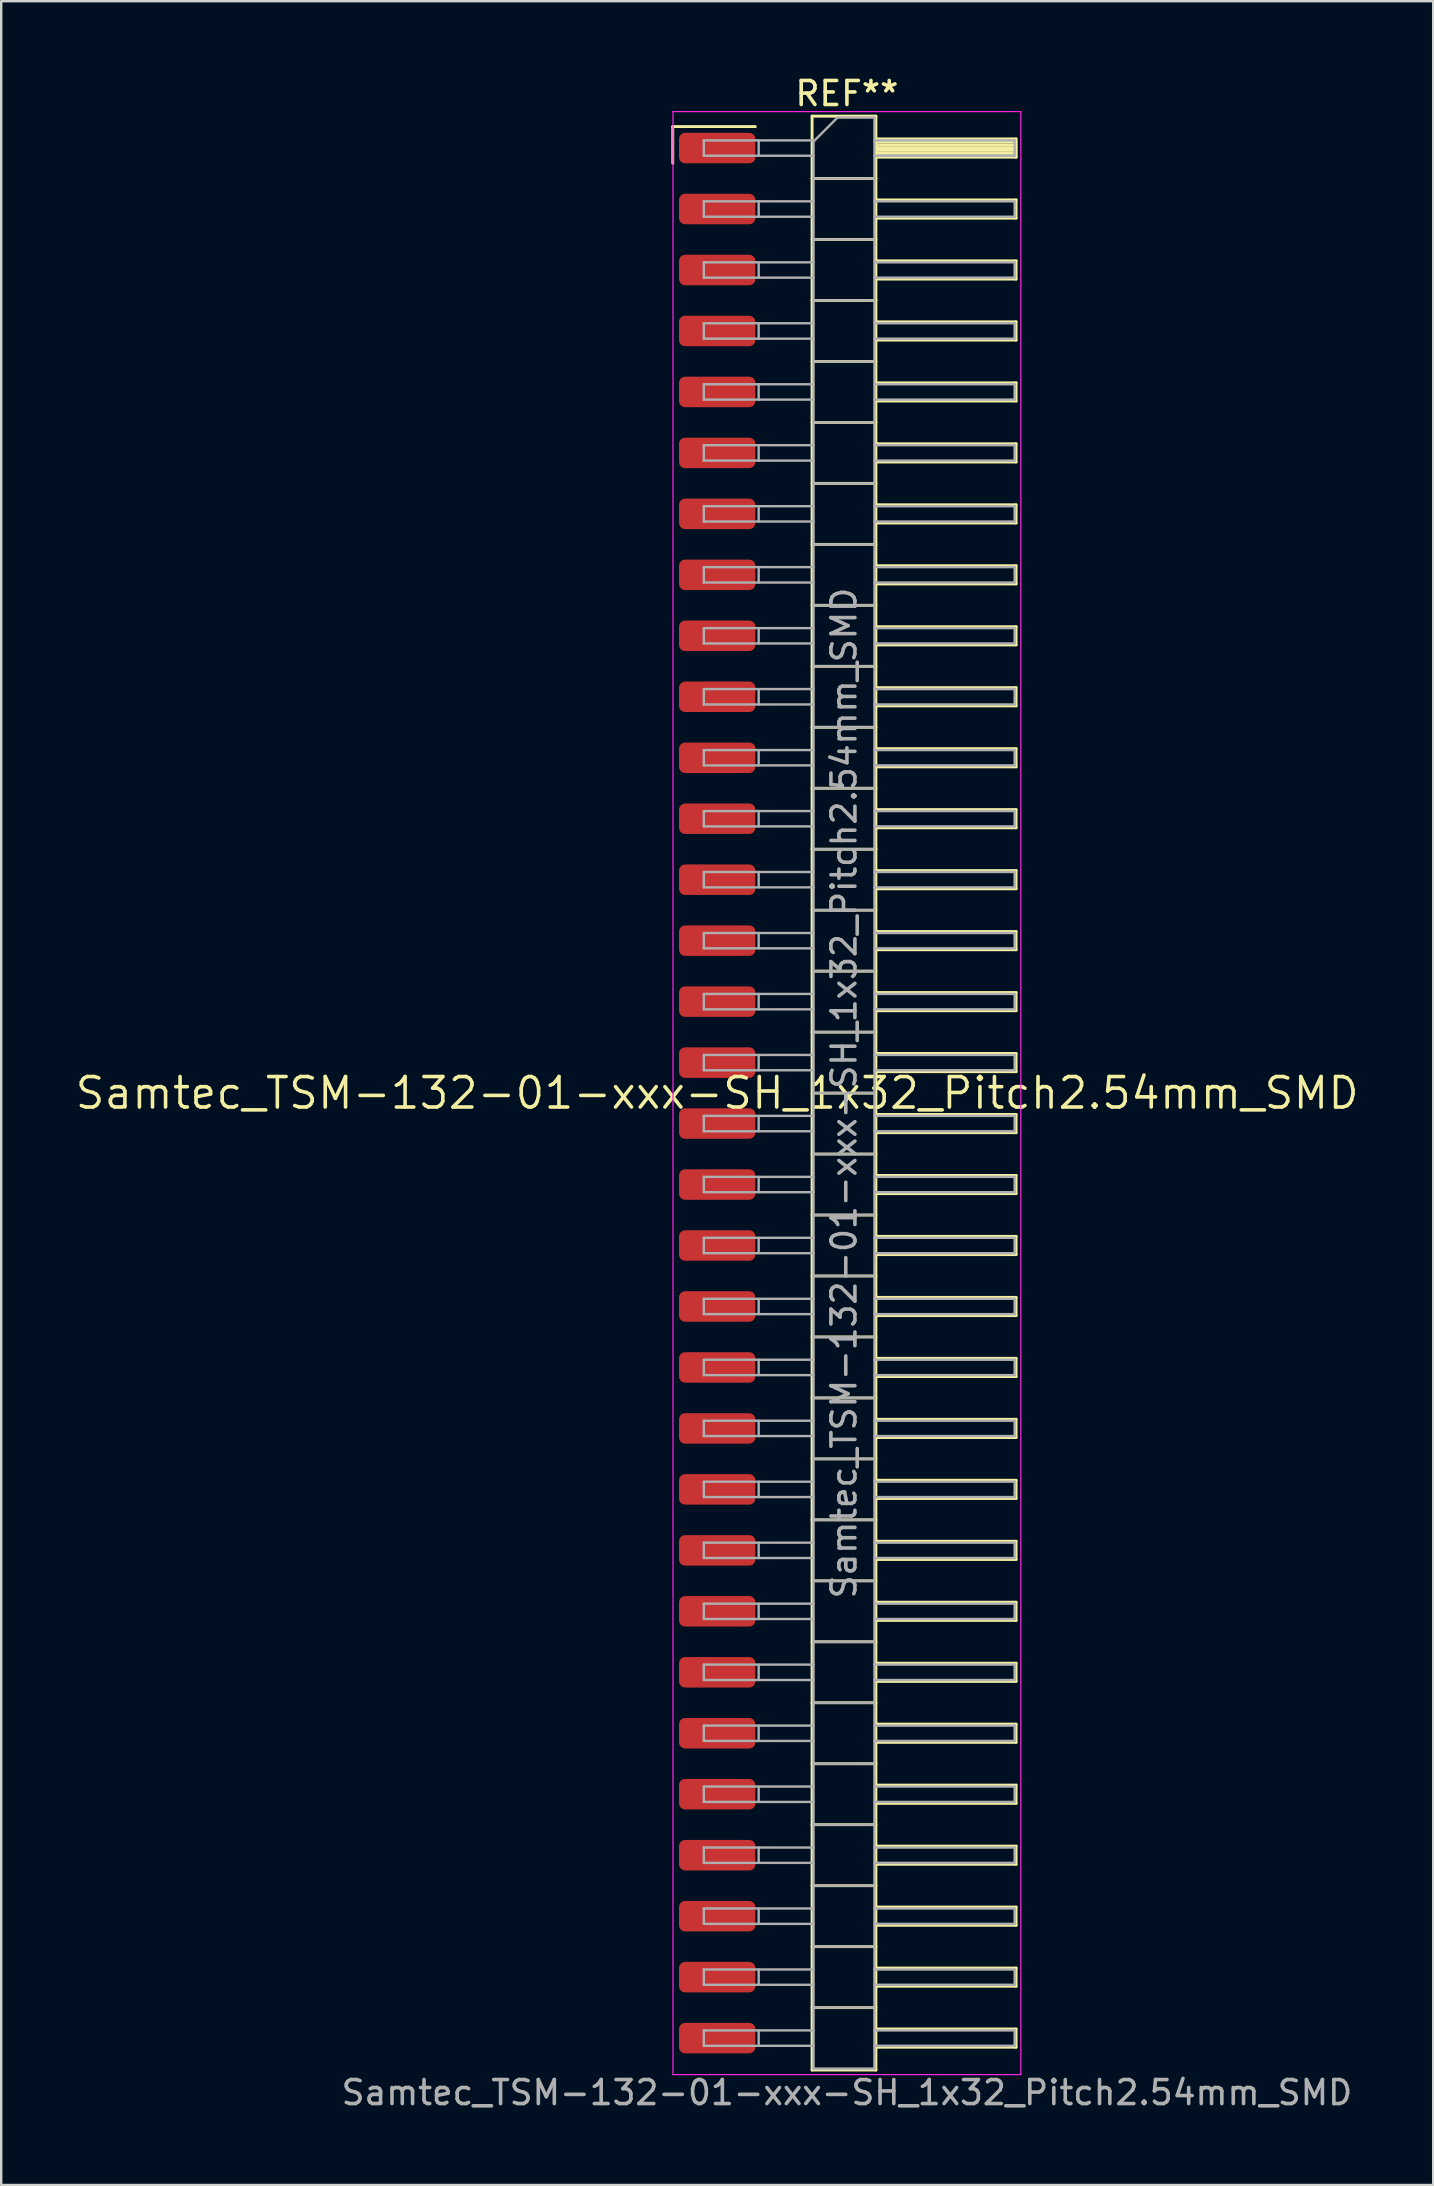
<source format=kicad_pcb>
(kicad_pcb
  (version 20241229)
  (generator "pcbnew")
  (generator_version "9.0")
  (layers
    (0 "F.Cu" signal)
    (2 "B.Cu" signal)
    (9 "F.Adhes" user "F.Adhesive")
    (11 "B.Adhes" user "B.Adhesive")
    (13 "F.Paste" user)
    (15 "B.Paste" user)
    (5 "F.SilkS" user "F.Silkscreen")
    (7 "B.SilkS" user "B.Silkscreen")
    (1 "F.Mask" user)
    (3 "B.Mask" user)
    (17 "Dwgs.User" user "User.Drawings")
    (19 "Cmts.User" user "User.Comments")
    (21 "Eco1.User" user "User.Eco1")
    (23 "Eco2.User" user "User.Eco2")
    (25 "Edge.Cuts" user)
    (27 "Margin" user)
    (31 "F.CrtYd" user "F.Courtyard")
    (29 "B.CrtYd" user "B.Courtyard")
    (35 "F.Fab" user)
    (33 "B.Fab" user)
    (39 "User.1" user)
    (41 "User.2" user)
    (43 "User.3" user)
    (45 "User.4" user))
  (footprint "Samtec_TSM-132-01-xxx-SH_1x32_Pitch2.54mm_SMD"
    (layer "F.Cu")
    (at 26.828 42.488)
    (property "Reference" "Samtec_TSM-132-01-xxx-SH_1x32_Pitch2.54mm_SMD" (at 0 0 0) (layer "F.SilkS") (effects (font (size 1.27 1.27) (thickness 0.15))))
    (attr smd)
    (fp_line (start -1.85 -40.265) (end 1.59 -40.265) (stroke (width 0.12) (type solid)) (layer "F.SilkS"))
    (fp_line (start -1.85 -38.735) (end -1.85 -40.265) (stroke (width 0.12) (type solid)) (layer "F.SilkS"))
    (fp_line (start 3.953 -40.7) (end 6.613 -40.7) (stroke (width 0.12) (type solid)) (layer "F.SilkS"))
    (fp_line (start 3.953 -38.1) (end 6.613 -38.1) (stroke (width 0.12) (type solid)) (layer "F.SilkS"))
    (fp_line (start 3.953 -35.56) (end 6.613 -35.56) (stroke (width 0.12) (type solid)) (layer "F.SilkS"))
    (fp_line (start 3.953 -33.02) (end 6.613 -33.02) (stroke (width 0.12) (type solid)) (layer "F.SilkS"))
    (fp_line (start 3.953 -30.48) (end 6.613 -30.48) (stroke (width 0.12) (type solid)) (layer "F.SilkS"))
    (fp_line (start 3.953 -27.94) (end 6.613 -27.94) (stroke (width 0.12) (type solid)) (layer "F.SilkS"))
    (fp_line (start 3.953 -25.4) (end 6.613 -25.4) (stroke (width 0.12) (type solid)) (layer "F.SilkS"))
    (fp_line (start 3.953 -22.86) (end 6.613 -22.86) (stroke (width 0.12) (type solid)) (layer "F.SilkS"))
    (fp_line (start 3.953 -20.32) (end 6.613 -20.32) (stroke (width 0.12) (type solid)) (layer "F.SilkS"))
    (fp_line (start 3.953 -17.78) (end 6.613 -17.78) (stroke (width 0.12) (type solid)) (layer "F.SilkS"))
    (fp_line (start 3.953 -15.24) (end 6.613 -15.24) (stroke (width 0.12) (type solid)) (layer "F.SilkS"))
    (fp_line (start 3.953 -12.7) (end 6.613 -12.7) (stroke (width 0.12) (type solid)) (layer "F.SilkS"))
    (fp_line (start 3.953 -10.16) (end 6.613 -10.16) (stroke (width 0.12) (type solid)) (layer "F.SilkS"))
    (fp_line (start 3.953 -7.62) (end 6.613 -7.62) (stroke (width 0.12) (type solid)) (layer "F.SilkS"))
    (fp_line (start 3.953 -5.08) (end 6.613 -5.08) (stroke (width 0.12) (type solid)) (layer "F.SilkS"))
    (fp_line (start 3.953 -2.54) (end 6.613 -2.54) (stroke (width 0.12) (type solid)) (layer "F.SilkS"))
    (fp_line (start 3.953 0) (end 6.613 0) (stroke (width 0.12) (type solid)) (layer "F.SilkS"))
    (fp_line (start 3.953 2.54) (end 6.613 2.54) (stroke (width 0.12) (type solid)) (layer "F.SilkS"))
    (fp_line (start 3.953 5.08) (end 6.613 5.08) (stroke (width 0.12) (type solid)) (layer "F.SilkS"))
    (fp_line (start 3.953 7.62) (end 6.613 7.62) (stroke (width 0.12) (type solid)) (layer "F.SilkS"))
    (fp_line (start 3.953 10.16) (end 6.613 10.16) (stroke (width 0.12) (type solid)) (layer "F.SilkS"))
    (fp_line (start 3.953 12.7) (end 6.613 12.7) (stroke (width 0.12) (type solid)) (layer "F.SilkS"))
    (fp_line (start 3.953 15.24) (end 6.613 15.24) (stroke (width 0.12) (type solid)) (layer "F.SilkS"))
    (fp_line (start 3.953 17.78) (end 6.613 17.78) (stroke (width 0.12) (type solid)) (layer "F.SilkS"))
    (fp_line (start 3.953 20.32) (end 6.613 20.32) (stroke (width 0.12) (type solid)) (layer "F.SilkS"))
    (fp_line (start 3.953 22.86) (end 6.613 22.86) (stroke (width 0.12) (type solid)) (layer "F.SilkS"))
    (fp_line (start 3.953 25.4) (end 6.613 25.4) (stroke (width 0.12) (type solid)) (layer "F.SilkS"))
    (fp_line (start 3.953 27.94) (end 6.613 27.94) (stroke (width 0.12) (type solid)) (layer "F.SilkS"))
    (fp_line (start 3.953 30.48) (end 6.613 30.48) (stroke (width 0.12) (type solid)) (layer "F.SilkS"))
    (fp_line (start 3.953 33.02) (end 6.613 33.02) (stroke (width 0.12) (type solid)) (layer "F.SilkS"))
    (fp_line (start 3.953 35.56) (end 6.613 35.56) (stroke (width 0.12) (type solid)) (layer "F.SilkS"))
    (fp_line (start 3.953 38.1) (end 6.613 38.1) (stroke (width 0.12) (type solid)) (layer "F.SilkS"))
    (fp_line (start 3.953 40.7) (end 3.953 -40.7) (stroke (width 0.12) (type solid)) (layer "F.SilkS"))
    (fp_line (start 6.613 -40.7) (end 6.613 40.7) (stroke (width 0.12) (type solid)) (layer "F.SilkS"))
    (fp_line (start 6.613 -39.75) (end 12.453 -39.75) (stroke (width 0.12) (type solid)) (layer "F.SilkS"))
    (fp_line (start 6.613 -39.63) (end 12.453 -39.63) (stroke (width 0.12) (type solid)) (layer "F.SilkS"))
    (fp_line (start 6.613 -39.51) (end 12.453 -39.51) (stroke (width 0.12) (type solid)) (layer "F.SilkS"))
    (fp_line (start 6.613 -39.39) (end 12.453 -39.39) (stroke (width 0.12) (type solid)) (layer "F.SilkS"))
    (fp_line (start 6.613 -39.27) (end 12.453 -39.27) (stroke (width 0.12) (type solid)) (layer "F.SilkS"))
    (fp_line (start 6.613 -39.15) (end 12.453 -39.15) (stroke (width 0.12) (type solid)) (layer "F.SilkS"))
    (fp_line (start 6.613 -39.03) (end 12.453 -39.03) (stroke (width 0.12) (type solid)) (layer "F.SilkS"))
    (fp_line (start 6.613 -38.99) (end 12.453 -38.99) (stroke (width 0.12) (type solid)) (layer "F.SilkS"))
    (fp_line (start 6.613 -37.21) (end 12.453 -37.21) (stroke (width 0.12) (type solid)) (layer "F.SilkS"))
    (fp_line (start 6.613 -36.45) (end 12.453 -36.45) (stroke (width 0.12) (type solid)) (layer "F.SilkS"))
    (fp_line (start 6.613 -34.67) (end 12.453 -34.67) (stroke (width 0.12) (type solid)) (layer "F.SilkS"))
    (fp_line (start 6.613 -33.91) (end 12.453 -33.91) (stroke (width 0.12) (type solid)) (layer "F.SilkS"))
    (fp_line (start 6.613 -32.13) (end 12.453 -32.13) (stroke (width 0.12) (type solid)) (layer "F.SilkS"))
    (fp_line (start 6.613 -31.37) (end 12.453 -31.37) (stroke (width 0.12) (type solid)) (layer "F.SilkS"))
    (fp_line (start 6.613 -29.59) (end 12.453 -29.59) (stroke (width 0.12) (type solid)) (layer "F.SilkS"))
    (fp_line (start 6.613 -28.83) (end 12.453 -28.83) (stroke (width 0.12) (type solid)) (layer "F.SilkS"))
    (fp_line (start 6.613 -27.05) (end 12.453 -27.05) (stroke (width 0.12) (type solid)) (layer "F.SilkS"))
    (fp_line (start 6.613 -26.29) (end 12.453 -26.29) (stroke (width 0.12) (type solid)) (layer "F.SilkS"))
    (fp_line (start 6.613 -24.51) (end 12.453 -24.51) (stroke (width 0.12) (type solid)) (layer "F.SilkS"))
    (fp_line (start 6.613 -23.75) (end 12.453 -23.75) (stroke (width 0.12) (type solid)) (layer "F.SilkS"))
    (fp_line (start 6.613 -21.97) (end 12.453 -21.97) (stroke (width 0.12) (type solid)) (layer "F.SilkS"))
    (fp_line (start 6.613 -21.21) (end 12.453 -21.21) (stroke (width 0.12) (type solid)) (layer "F.SilkS"))
    (fp_line (start 6.613 -19.43) (end 12.453 -19.43) (stroke (width 0.12) (type solid)) (layer "F.SilkS"))
    (fp_line (start 6.613 -18.67) (end 12.453 -18.67) (stroke (width 0.12) (type solid)) (layer "F.SilkS"))
    (fp_line (start 6.613 -16.89) (end 12.453 -16.89) (stroke (width 0.12) (type solid)) (layer "F.SilkS"))
    (fp_line (start 6.613 -16.13) (end 12.453 -16.13) (stroke (width 0.12) (type solid)) (layer "F.SilkS"))
    (fp_line (start 6.613 -14.35) (end 12.453 -14.35) (stroke (width 0.12) (type solid)) (layer "F.SilkS"))
    (fp_line (start 6.613 -13.59) (end 12.453 -13.59) (stroke (width 0.12) (type solid)) (layer "F.SilkS"))
    (fp_line (start 6.613 -11.81) (end 12.453 -11.81) (stroke (width 0.12) (type solid)) (layer "F.SilkS"))
    (fp_line (start 6.613 -11.05) (end 12.453 -11.05) (stroke (width 0.12) (type solid)) (layer "F.SilkS"))
    (fp_line (start 6.613 -9.27) (end 12.453 -9.27) (stroke (width 0.12) (type solid)) (layer "F.SilkS"))
    (fp_line (start 6.613 -8.51) (end 12.453 -8.51) (stroke (width 0.12) (type solid)) (layer "F.SilkS"))
    (fp_line (start 6.613 -6.73) (end 12.453 -6.73) (stroke (width 0.12) (type solid)) (layer "F.SilkS"))
    (fp_line (start 6.613 -5.97) (end 12.453 -5.97) (stroke (width 0.12) (type solid)) (layer "F.SilkS"))
    (fp_line (start 6.613 -4.19) (end 12.453 -4.19) (stroke (width 0.12) (type solid)) (layer "F.SilkS"))
    (fp_line (start 6.613 -3.43) (end 12.453 -3.43) (stroke (width 0.12) (type solid)) (layer "F.SilkS"))
    (fp_line (start 6.613 -1.65) (end 12.453 -1.65) (stroke (width 0.12) (type solid)) (layer "F.SilkS"))
    (fp_line (start 6.613 -0.89) (end 12.453 -0.89) (stroke (width 0.12) (type solid)) (layer "F.SilkS"))
    (fp_line (start 6.613 0.89) (end 12.453 0.89) (stroke (width 0.12) (type solid)) (layer "F.SilkS"))
    (fp_line (start 6.613 1.65) (end 12.453 1.65) (stroke (width 0.12) (type solid)) (layer "F.SilkS"))
    (fp_line (start 6.613 3.43) (end 12.453 3.43) (stroke (width 0.12) (type solid)) (layer "F.SilkS"))
    (fp_line (start 6.613 4.19) (end 12.453 4.19) (stroke (width 0.12) (type solid)) (layer "F.SilkS"))
    (fp_line (start 6.613 5.97) (end 12.453 5.97) (stroke (width 0.12) (type solid)) (layer "F.SilkS"))
    (fp_line (start 6.613 6.73) (end 12.453 6.73) (stroke (width 0.12) (type solid)) (layer "F.SilkS"))
    (fp_line (start 6.613 8.51) (end 12.453 8.51) (stroke (width 0.12) (type solid)) (layer "F.SilkS"))
    (fp_line (start 6.613 9.27) (end 12.453 9.27) (stroke (width 0.12) (type solid)) (layer "F.SilkS"))
    (fp_line (start 6.613 11.05) (end 12.453 11.05) (stroke (width 0.12) (type solid)) (layer "F.SilkS"))
    (fp_line (start 6.613 11.81) (end 12.453 11.81) (stroke (width 0.12) (type solid)) (layer "F.SilkS"))
    (fp_line (start 6.613 13.59) (end 12.453 13.59) (stroke (width 0.12) (type solid)) (layer "F.SilkS"))
    (fp_line (start 6.613 14.35) (end 12.453 14.35) (stroke (width 0.12) (type solid)) (layer "F.SilkS"))
    (fp_line (start 6.613 16.13) (end 12.453 16.13) (stroke (width 0.12) (type solid)) (layer "F.SilkS"))
    (fp_line (start 6.613 16.89) (end 12.453 16.89) (stroke (width 0.12) (type solid)) (layer "F.SilkS"))
    (fp_line (start 6.613 18.67) (end 12.453 18.67) (stroke (width 0.12) (type solid)) (layer "F.SilkS"))
    (fp_line (start 6.613 19.43) (end 12.453 19.43) (stroke (width 0.12) (type solid)) (layer "F.SilkS"))
    (fp_line (start 6.613 21.21) (end 12.453 21.21) (stroke (width 0.12) (type solid)) (layer "F.SilkS"))
    (fp_line (start 6.613 21.97) (end 12.453 21.97) (stroke (width 0.12) (type solid)) (layer "F.SilkS"))
    (fp_line (start 6.613 23.75) (end 12.453 23.75) (stroke (width 0.12) (type solid)) (layer "F.SilkS"))
    (fp_line (start 6.613 24.51) (end 12.453 24.51) (stroke (width 0.12) (type solid)) (layer "F.SilkS"))
    (fp_line (start 6.613 26.29) (end 12.453 26.29) (stroke (width 0.12) (type solid)) (layer "F.SilkS"))
    (fp_line (start 6.613 27.05) (end 12.453 27.05) (stroke (width 0.12) (type solid)) (layer "F.SilkS"))
    (fp_line (start 6.613 28.83) (end 12.453 28.83) (stroke (width 0.12) (type solid)) (layer "F.SilkS"))
    (fp_line (start 6.613 29.59) (end 12.453 29.59) (stroke (width 0.12) (type solid)) (layer "F.SilkS"))
    (fp_line (start 6.613 31.37) (end 12.453 31.37) (stroke (width 0.12) (type solid)) (layer "F.SilkS"))
    (fp_line (start 6.613 32.13) (end 12.453 32.13) (stroke (width 0.12) (type solid)) (layer "F.SilkS"))
    (fp_line (start 6.613 33.91) (end 12.453 33.91) (stroke (width 0.12) (type solid)) (layer "F.SilkS"))
    (fp_line (start 6.613 34.67) (end 12.453 34.67) (stroke (width 0.12) (type solid)) (layer "F.SilkS"))
    (fp_line (start 6.613 36.45) (end 12.453 36.45) (stroke (width 0.12) (type solid)) (layer "F.SilkS"))
    (fp_line (start 6.613 37.21) (end 12.453 37.21) (stroke (width 0.12) (type solid)) (layer "F.SilkS"))
    (fp_line (start 6.613 38.99) (end 12.453 38.99) (stroke (width 0.12) (type solid)) (layer "F.SilkS"))
    (fp_line (start 6.613 39.75) (end 12.453 39.75) (stroke (width 0.12) (type solid)) (layer "F.SilkS"))
    (fp_line (start 6.613 40.7) (end 3.953 40.7) (stroke (width 0.12) (type solid)) (layer "F.SilkS"))
    (fp_line (start 12.453 -39.75) (end 12.453 -38.99) (stroke (width 0.12) (type solid)) (layer "F.SilkS"))
    (fp_line (start 12.453 -37.21) (end 12.453 -36.45) (stroke (width 0.12) (type solid)) (layer "F.SilkS"))
    (fp_line (start 12.453 -34.67) (end 12.453 -33.91) (stroke (width 0.12) (type solid)) (layer "F.SilkS"))
    (fp_line (start 12.453 -32.13) (end 12.453 -31.37) (stroke (width 0.12) (type solid)) (layer "F.SilkS"))
    (fp_line (start 12.453 -29.59) (end 12.453 -28.83) (stroke (width 0.12) (type solid)) (layer "F.SilkS"))
    (fp_line (start 12.453 -27.05) (end 12.453 -26.29) (stroke (width 0.12) (type solid)) (layer "F.SilkS"))
    (fp_line (start 12.453 -24.51) (end 12.453 -23.75) (stroke (width 0.12) (type solid)) (layer "F.SilkS"))
    (fp_line (start 12.453 -21.97) (end 12.453 -21.21) (stroke (width 0.12) (type solid)) (layer "F.SilkS"))
    (fp_line (start 12.453 -19.43) (end 12.453 -18.67) (stroke (width 0.12) (type solid)) (layer "F.SilkS"))
    (fp_line (start 12.453 -16.89) (end 12.453 -16.13) (stroke (width 0.12) (type solid)) (layer "F.SilkS"))
    (fp_line (start 12.453 -14.35) (end 12.453 -13.59) (stroke (width 0.12) (type solid)) (layer "F.SilkS"))
    (fp_line (start 12.453 -11.81) (end 12.453 -11.05) (stroke (width 0.12) (type solid)) (layer "F.SilkS"))
    (fp_line (start 12.453 -9.27) (end 12.453 -8.51) (stroke (width 0.12) (type solid)) (layer "F.SilkS"))
    (fp_line (start 12.453 -6.73) (end 12.453 -5.97) (stroke (width 0.12) (type solid)) (layer "F.SilkS"))
    (fp_line (start 12.453 -4.19) (end 12.453 -3.43) (stroke (width 0.12) (type solid)) (layer "F.SilkS"))
    (fp_line (start 12.453 -1.65) (end 12.453 -0.89) (stroke (width 0.12) (type solid)) (layer "F.SilkS"))
    (fp_line (start 12.453 0.89) (end 12.453 1.65) (stroke (width 0.12) (type solid)) (layer "F.SilkS"))
    (fp_line (start 12.453 3.43) (end 12.453 4.19) (stroke (width 0.12) (type solid)) (layer "F.SilkS"))
    (fp_line (start 12.453 5.97) (end 12.453 6.73) (stroke (width 0.12) (type solid)) (layer "F.SilkS"))
    (fp_line (start 12.453 8.51) (end 12.453 9.27) (stroke (width 0.12) (type solid)) (layer "F.SilkS"))
    (fp_line (start 12.453 11.05) (end 12.453 11.81) (stroke (width 0.12) (type solid)) (layer "F.SilkS"))
    (fp_line (start 12.453 13.59) (end 12.453 14.35) (stroke (width 0.12) (type solid)) (layer "F.SilkS"))
    (fp_line (start 12.453 16.13) (end 12.453 16.89) (stroke (width 0.12) (type solid)) (layer "F.SilkS"))
    (fp_line (start 12.453 18.67) (end 12.453 19.43) (stroke (width 0.12) (type solid)) (layer "F.SilkS"))
    (fp_line (start 12.453 21.21) (end 12.453 21.97) (stroke (width 0.12) (type solid)) (layer "F.SilkS"))
    (fp_line (start 12.453 23.75) (end 12.453 24.51) (stroke (width 0.12) (type solid)) (layer "F.SilkS"))
    (fp_line (start 12.453 26.29) (end 12.453 27.05) (stroke (width 0.12) (type solid)) (layer "F.SilkS"))
    (fp_line (start 12.453 28.83) (end 12.453 29.59) (stroke (width 0.12) (type solid)) (layer "F.SilkS"))
    (fp_line (start 12.453 31.37) (end 12.453 32.13) (stroke (width 0.12) (type solid)) (layer "F.SilkS"))
    (fp_line (start 12.453 33.91) (end 12.453 34.67) (stroke (width 0.12) (type solid)) (layer "F.SilkS"))
    (fp_line (start 12.453 36.45) (end 12.453 37.21) (stroke (width 0.12) (type solid)) (layer "F.SilkS"))
    (fp_line (start 12.453 38.99) (end 12.453 39.75) (stroke (width 0.12) (type solid)) (layer "F.SilkS"))
    (fp_line (start -1.84 -40.89) (end 12.65 -40.89) (stroke (width 0.05) (type solid)) (layer "F.CrtYd"))
    (fp_line (start -1.84 40.89) (end -1.84 -40.89) (stroke (width 0.05) (type solid)) (layer "F.CrtYd"))
    (fp_line (start 12.65 -40.89) (end 12.65 40.89) (stroke (width 0.05) (type solid)) (layer "F.CrtYd"))
    (fp_line (start 12.65 40.89) (end -1.84 40.89) (stroke (width 0.05) (type solid)) (layer "F.CrtYd"))
    (fp_line (start -0.557 -39.69) (end -0.557 -39.05) (stroke (width 0.1) (type solid)) (layer "F.Fab"))
    (fp_line (start -0.557 -39.69) (end 4.013 -39.69) (stroke (width 0.1) (type solid)) (layer "F.Fab"))
    (fp_line (start -0.557 -39.05) (end 4.013 -39.05) (stroke (width 0.1) (type solid)) (layer "F.Fab"))
    (fp_line (start -0.557 -37.15) (end -0.557 -36.51) (stroke (width 0.1) (type solid)) (layer "F.Fab"))
    (fp_line (start -0.557 -37.15) (end 4.013 -37.15) (stroke (width 0.1) (type solid)) (layer "F.Fab"))
    (fp_line (start -0.557 -36.51) (end 4.013 -36.51) (stroke (width 0.1) (type solid)) (layer "F.Fab"))
    (fp_line (start -0.557 -34.61) (end -0.557 -33.97) (stroke (width 0.1) (type solid)) (layer "F.Fab"))
    (fp_line (start -0.557 -34.61) (end 4.013 -34.61) (stroke (width 0.1) (type solid)) (layer "F.Fab"))
    (fp_line (start -0.557 -33.97) (end 4.013 -33.97) (stroke (width 0.1) (type solid)) (layer "F.Fab"))
    (fp_line (start -0.557 -32.07) (end -0.557 -31.43) (stroke (width 0.1) (type solid)) (layer "F.Fab"))
    (fp_line (start -0.557 -32.07) (end 4.013 -32.07) (stroke (width 0.1) (type solid)) (layer "F.Fab"))
    (fp_line (start -0.557 -31.43) (end 4.013 -31.43) (stroke (width 0.1) (type solid)) (layer "F.Fab"))
    (fp_line (start -0.557 -29.53) (end -0.557 -28.89) (stroke (width 0.1) (type solid)) (layer "F.Fab"))
    (fp_line (start -0.557 -29.53) (end 4.013 -29.53) (stroke (width 0.1) (type solid)) (layer "F.Fab"))
    (fp_line (start -0.557 -28.89) (end 4.013 -28.89) (stroke (width 0.1) (type solid)) (layer "F.Fab"))
    (fp_line (start -0.557 -26.99) (end -0.557 -26.35) (stroke (width 0.1) (type solid)) (layer "F.Fab"))
    (fp_line (start -0.557 -26.99) (end 4.013 -26.99) (stroke (width 0.1) (type solid)) (layer "F.Fab"))
    (fp_line (start -0.557 -26.35) (end 4.013 -26.35) (stroke (width 0.1) (type solid)) (layer "F.Fab"))
    (fp_line (start -0.557 -24.45) (end -0.557 -23.81) (stroke (width 0.1) (type solid)) (layer "F.Fab"))
    (fp_line (start -0.557 -24.45) (end 4.013 -24.45) (stroke (width 0.1) (type solid)) (layer "F.Fab"))
    (fp_line (start -0.557 -23.81) (end 4.013 -23.81) (stroke (width 0.1) (type solid)) (layer "F.Fab"))
    (fp_line (start -0.557 -21.91) (end -0.557 -21.27) (stroke (width 0.1) (type solid)) (layer "F.Fab"))
    (fp_line (start -0.557 -21.91) (end 4.013 -21.91) (stroke (width 0.1) (type solid)) (layer "F.Fab"))
    (fp_line (start -0.557 -21.27) (end 4.013 -21.27) (stroke (width 0.1) (type solid)) (layer "F.Fab"))
    (fp_line (start -0.557 -19.37) (end -0.557 -18.73) (stroke (width 0.1) (type solid)) (layer "F.Fab"))
    (fp_line (start -0.557 -19.37) (end 4.013 -19.37) (stroke (width 0.1) (type solid)) (layer "F.Fab"))
    (fp_line (start -0.557 -18.73) (end 4.013 -18.73) (stroke (width 0.1) (type solid)) (layer "F.Fab"))
    (fp_line (start -0.557 -16.83) (end -0.557 -16.19) (stroke (width 0.1) (type solid)) (layer "F.Fab"))
    (fp_line (start -0.557 -16.83) (end 4.013 -16.83) (stroke (width 0.1) (type solid)) (layer "F.Fab"))
    (fp_line (start -0.557 -16.19) (end 4.013 -16.19) (stroke (width 0.1) (type solid)) (layer "F.Fab"))
    (fp_line (start -0.557 -14.29) (end -0.557 -13.65) (stroke (width 0.1) (type solid)) (layer "F.Fab"))
    (fp_line (start -0.557 -14.29) (end 4.013 -14.29) (stroke (width 0.1) (type solid)) (layer "F.Fab"))
    (fp_line (start -0.557 -13.65) (end 4.013 -13.65) (stroke (width 0.1) (type solid)) (layer "F.Fab"))
    (fp_line (start -0.557 -11.75) (end -0.557 -11.11) (stroke (width 0.1) (type solid)) (layer "F.Fab"))
    (fp_line (start -0.557 -11.75) (end 4.013 -11.75) (stroke (width 0.1) (type solid)) (layer "F.Fab"))
    (fp_line (start -0.557 -11.11) (end 4.013 -11.11) (stroke (width 0.1) (type solid)) (layer "F.Fab"))
    (fp_line (start -0.557 -9.21) (end -0.557 -8.57) (stroke (width 0.1) (type solid)) (layer "F.Fab"))
    (fp_line (start -0.557 -9.21) (end 4.013 -9.21) (stroke (width 0.1) (type solid)) (layer "F.Fab"))
    (fp_line (start -0.557 -8.57) (end 4.013 -8.57) (stroke (width 0.1) (type solid)) (layer "F.Fab"))
    (fp_line (start -0.557 -6.67) (end -0.557 -6.03) (stroke (width 0.1) (type solid)) (layer "F.Fab"))
    (fp_line (start -0.557 -6.67) (end 4.013 -6.67) (stroke (width 0.1) (type solid)) (layer "F.Fab"))
    (fp_line (start -0.557 -6.03) (end 4.013 -6.03) (stroke (width 0.1) (type solid)) (layer "F.Fab"))
    (fp_line (start -0.557 -4.13) (end -0.557 -3.49) (stroke (width 0.1) (type solid)) (layer "F.Fab"))
    (fp_line (start -0.557 -4.13) (end 4.013 -4.13) (stroke (width 0.1) (type solid)) (layer "F.Fab"))
    (fp_line (start -0.557 -3.49) (end 4.013 -3.49) (stroke (width 0.1) (type solid)) (layer "F.Fab"))
    (fp_line (start -0.557 -1.59) (end -0.557 -0.95) (stroke (width 0.1) (type solid)) (layer "F.Fab"))
    (fp_line (start -0.557 -1.59) (end 4.013 -1.59) (stroke (width 0.1) (type solid)) (layer "F.Fab"))
    (fp_line (start -0.557 -0.95) (end 4.013 -0.95) (stroke (width 0.1) (type solid)) (layer "F.Fab"))
    (fp_line (start -0.557 0.95) (end -0.557 1.59) (stroke (width 0.1) (type solid)) (layer "F.Fab"))
    (fp_line (start -0.557 0.95) (end 4.013 0.95) (stroke (width 0.1) (type solid)) (layer "F.Fab"))
    (fp_line (start -0.557 1.59) (end 4.013 1.59) (stroke (width 0.1) (type solid)) (layer "F.Fab"))
    (fp_line (start -0.557 3.49) (end -0.557 4.13) (stroke (width 0.1) (type solid)) (layer "F.Fab"))
    (fp_line (start -0.557 3.49) (end 4.013 3.49) (stroke (width 0.1) (type solid)) (layer "F.Fab"))
    (fp_line (start -0.557 4.13) (end 4.013 4.13) (stroke (width 0.1) (type solid)) (layer "F.Fab"))
    (fp_line (start -0.557 6.03) (end -0.557 6.67) (stroke (width 0.1) (type solid)) (layer "F.Fab"))
    (fp_line (start -0.557 6.03) (end 4.013 6.03) (stroke (width 0.1) (type solid)) (layer "F.Fab"))
    (fp_line (start -0.557 6.67) (end 4.013 6.67) (stroke (width 0.1) (type solid)) (layer "F.Fab"))
    (fp_line (start -0.557 8.57) (end -0.557 9.21) (stroke (width 0.1) (type solid)) (layer "F.Fab"))
    (fp_line (start -0.557 8.57) (end 4.013 8.57) (stroke (width 0.1) (type solid)) (layer "F.Fab"))
    (fp_line (start -0.557 9.21) (end 4.013 9.21) (stroke (width 0.1) (type solid)) (layer "F.Fab"))
    (fp_line (start -0.557 11.11) (end -0.557 11.75) (stroke (width 0.1) (type solid)) (layer "F.Fab"))
    (fp_line (start -0.557 11.11) (end 4.013 11.11) (stroke (width 0.1) (type solid)) (layer "F.Fab"))
    (fp_line (start -0.557 11.75) (end 4.013 11.75) (stroke (width 0.1) (type solid)) (layer "F.Fab"))
    (fp_line (start -0.557 13.65) (end -0.557 14.29) (stroke (width 0.1) (type solid)) (layer "F.Fab"))
    (fp_line (start -0.557 13.65) (end 4.013 13.65) (stroke (width 0.1) (type solid)) (layer "F.Fab"))
    (fp_line (start -0.557 14.29) (end 4.013 14.29) (stroke (width 0.1) (type solid)) (layer "F.Fab"))
    (fp_line (start -0.557 16.19) (end -0.557 16.83) (stroke (width 0.1) (type solid)) (layer "F.Fab"))
    (fp_line (start -0.557 16.19) (end 4.013 16.19) (stroke (width 0.1) (type solid)) (layer "F.Fab"))
    (fp_line (start -0.557 16.83) (end 4.013 16.83) (stroke (width 0.1) (type solid)) (layer "F.Fab"))
    (fp_line (start -0.557 18.73) (end -0.557 19.37) (stroke (width 0.1) (type solid)) (layer "F.Fab"))
    (fp_line (start -0.557 18.73) (end 4.013 18.73) (stroke (width 0.1) (type solid)) (layer "F.Fab"))
    (fp_line (start -0.557 19.37) (end 4.013 19.37) (stroke (width 0.1) (type solid)) (layer "F.Fab"))
    (fp_line (start -0.557 21.27) (end -0.557 21.91) (stroke (width 0.1) (type solid)) (layer "F.Fab"))
    (fp_line (start -0.557 21.27) (end 4.013 21.27) (stroke (width 0.1) (type solid)) (layer "F.Fab"))
    (fp_line (start -0.557 21.91) (end 4.013 21.91) (stroke (width 0.1) (type solid)) (layer "F.Fab"))
    (fp_line (start -0.557 23.81) (end -0.557 24.45) (stroke (width 0.1) (type solid)) (layer "F.Fab"))
    (fp_line (start -0.557 23.81) (end 4.013 23.81) (stroke (width 0.1) (type solid)) (layer "F.Fab"))
    (fp_line (start -0.557 24.45) (end 4.013 24.45) (stroke (width 0.1) (type solid)) (layer "F.Fab"))
    (fp_line (start -0.557 26.35) (end -0.557 26.99) (stroke (width 0.1) (type solid)) (layer "F.Fab"))
    (fp_line (start -0.557 26.35) (end 4.013 26.35) (stroke (width 0.1) (type solid)) (layer "F.Fab"))
    (fp_line (start -0.557 26.99) (end 4.013 26.99) (stroke (width 0.1) (type solid)) (layer "F.Fab"))
    (fp_line (start -0.557 28.89) (end -0.557 29.53) (stroke (width 0.1) (type solid)) (layer "F.Fab"))
    (fp_line (start -0.557 28.89) (end 4.013 28.89) (stroke (width 0.1) (type solid)) (layer "F.Fab"))
    (fp_line (start -0.557 29.53) (end 4.013 29.53) (stroke (width 0.1) (type solid)) (layer "F.Fab"))
    (fp_line (start -0.557 31.43) (end -0.557 32.07) (stroke (width 0.1) (type solid)) (layer "F.Fab"))
    (fp_line (start -0.557 31.43) (end 4.013 31.43) (stroke (width 0.1) (type solid)) (layer "F.Fab"))
    (fp_line (start -0.557 32.07) (end 4.013 32.07) (stroke (width 0.1) (type solid)) (layer "F.Fab"))
    (fp_line (start -0.557 33.97) (end -0.557 34.61) (stroke (width 0.1) (type solid)) (layer "F.Fab"))
    (fp_line (start -0.557 33.97) (end 4.013 33.97) (stroke (width 0.1) (type solid)) (layer "F.Fab"))
    (fp_line (start -0.557 34.61) (end 4.013 34.61) (stroke (width 0.1) (type solid)) (layer "F.Fab"))
    (fp_line (start -0.557 36.51) (end -0.557 37.15) (stroke (width 0.1) (type solid)) (layer "F.Fab"))
    (fp_line (start -0.557 36.51) (end 4.013 36.51) (stroke (width 0.1) (type solid)) (layer "F.Fab"))
    (fp_line (start -0.557 37.15) (end 4.013 37.15) (stroke (width 0.1) (type solid)) (layer "F.Fab"))
    (fp_line (start -0.557 39.05) (end -0.557 39.69) (stroke (width 0.1) (type solid)) (layer "F.Fab"))
    (fp_line (start -0.557 39.05) (end 4.013 39.05) (stroke (width 0.1) (type solid)) (layer "F.Fab"))
    (fp_line (start -0.557 39.69) (end 4.013 39.69) (stroke (width 0.1) (type solid)) (layer "F.Fab"))
    (fp_line (start 1.728 -39.69) (end 1.728 -39.05) (stroke (width 0.1) (type solid)) (layer "F.Fab"))
    (fp_line (start 1.728 -37.15) (end 1.728 -36.51) (stroke (width 0.1) (type solid)) (layer "F.Fab"))
    (fp_line (start 1.728 -34.61) (end 1.728 -33.97) (stroke (width 0.1) (type solid)) (layer "F.Fab"))
    (fp_line (start 1.728 -32.07) (end 1.728 -31.43) (stroke (width 0.1) (type solid)) (layer "F.Fab"))
    (fp_line (start 1.728 -29.53) (end 1.728 -28.89) (stroke (width 0.1) (type solid)) (layer "F.Fab"))
    (fp_line (start 1.728 -26.99) (end 1.728 -26.35) (stroke (width 0.1) (type solid)) (layer "F.Fab"))
    (fp_line (start 1.728 -24.45) (end 1.728 -23.81) (stroke (width 0.1) (type solid)) (layer "F.Fab"))
    (fp_line (start 1.728 -21.91) (end 1.728 -21.27) (stroke (width 0.1) (type solid)) (layer "F.Fab"))
    (fp_line (start 1.728 -19.37) (end 1.728 -18.73) (stroke (width 0.1) (type solid)) (layer "F.Fab"))
    (fp_line (start 1.728 -16.83) (end 1.728 -16.19) (stroke (width 0.1) (type solid)) (layer "F.Fab"))
    (fp_line (start 1.728 -14.29) (end 1.728 -13.65) (stroke (width 0.1) (type solid)) (layer "F.Fab"))
    (fp_line (start 1.728 -11.75) (end 1.728 -11.11) (stroke (width 0.1) (type solid)) (layer "F.Fab"))
    (fp_line (start 1.728 -9.21) (end 1.728 -8.57) (stroke (width 0.1) (type solid)) (layer "F.Fab"))
    (fp_line (start 1.728 -6.67) (end 1.728 -6.03) (stroke (width 0.1) (type solid)) (layer "F.Fab"))
    (fp_line (start 1.728 -4.13) (end 1.728 -3.49) (stroke (width 0.1) (type solid)) (layer "F.Fab"))
    (fp_line (start 1.728 -1.59) (end 1.728 -0.95) (stroke (width 0.1) (type solid)) (layer "F.Fab"))
    (fp_line (start 1.728 0.95) (end 1.728 1.59) (stroke (width 0.1) (type solid)) (layer "F.Fab"))
    (fp_line (start 1.728 3.49) (end 1.728 4.13) (stroke (width 0.1) (type solid)) (layer "F.Fab"))
    (fp_line (start 1.728 6.03) (end 1.728 6.67) (stroke (width 0.1) (type solid)) (layer "F.Fab"))
    (fp_line (start 1.728 8.57) (end 1.728 9.21) (stroke (width 0.1) (type solid)) (layer "F.Fab"))
    (fp_line (start 1.728 11.11) (end 1.728 11.75) (stroke (width 0.1) (type solid)) (layer "F.Fab"))
    (fp_line (start 1.728 13.65) (end 1.728 14.29) (stroke (width 0.1) (type solid)) (layer "F.Fab"))
    (fp_line (start 1.728 16.19) (end 1.728 16.83) (stroke (width 0.1) (type solid)) (layer "F.Fab"))
    (fp_line (start 1.728 18.73) (end 1.728 19.37) (stroke (width 0.1) (type solid)) (layer "F.Fab"))
    (fp_line (start 1.728 21.27) (end 1.728 21.91) (stroke (width 0.1) (type solid)) (layer "F.Fab"))
    (fp_line (start 1.728 23.81) (end 1.728 24.45) (stroke (width 0.1) (type solid)) (layer "F.Fab"))
    (fp_line (start 1.728 26.35) (end 1.728 26.99) (stroke (width 0.1) (type solid)) (layer "F.Fab"))
    (fp_line (start 1.728 28.89) (end 1.728 29.53) (stroke (width 0.1) (type solid)) (layer "F.Fab"))
    (fp_line (start 1.728 31.43) (end 1.728 32.07) (stroke (width 0.1) (type solid)) (layer "F.Fab"))
    (fp_line (start 1.728 33.97) (end 1.728 34.61) (stroke (width 0.1) (type solid)) (layer "F.Fab"))
    (fp_line (start 1.728 36.51) (end 1.728 37.15) (stroke (width 0.1) (type solid)) (layer "F.Fab"))
    (fp_line (start 1.728 39.05) (end 1.728 39.69) (stroke (width 0.1) (type solid)) (layer "F.Fab"))
    (fp_line (start 4.013 -39.64) (end 5.013 -40.64) (stroke (width 0.1) (type solid)) (layer "F.Fab"))
    (fp_line (start 4.013 -38.1) (end 6.553 -38.1) (stroke (width 0.1) (type solid)) (layer "F.Fab"))
    (fp_line (start 4.013 -35.56) (end 6.553 -35.56) (stroke (width 0.1) (type solid)) (layer "F.Fab"))
    (fp_line (start 4.013 -33.02) (end 6.553 -33.02) (stroke (width 0.1) (type solid)) (layer "F.Fab"))
    (fp_line (start 4.013 -30.48) (end 6.553 -30.48) (stroke (width 0.1) (type solid)) (layer "F.Fab"))
    (fp_line (start 4.013 -27.94) (end 6.553 -27.94) (stroke (width 0.1) (type solid)) (layer "F.Fab"))
    (fp_line (start 4.013 -25.4) (end 6.553 -25.4) (stroke (width 0.1) (type solid)) (layer "F.Fab"))
    (fp_line (start 4.013 -22.86) (end 6.553 -22.86) (stroke (width 0.1) (type solid)) (layer "F.Fab"))
    (fp_line (start 4.013 -20.32) (end 6.553 -20.32) (stroke (width 0.1) (type solid)) (layer "F.Fab"))
    (fp_line (start 4.013 -17.78) (end 6.553 -17.78) (stroke (width 0.1) (type solid)) (layer "F.Fab"))
    (fp_line (start 4.013 -15.24) (end 6.553 -15.24) (stroke (width 0.1) (type solid)) (layer "F.Fab"))
    (fp_line (start 4.013 -12.7) (end 6.553 -12.7) (stroke (width 0.1) (type solid)) (layer "F.Fab"))
    (fp_line (start 4.013 -10.16) (end 6.553 -10.16) (stroke (width 0.1) (type solid)) (layer "F.Fab"))
    (fp_line (start 4.013 -7.62) (end 6.553 -7.62) (stroke (width 0.1) (type solid)) (layer "F.Fab"))
    (fp_line (start 4.013 -5.08) (end 6.553 -5.08) (stroke (width 0.1) (type solid)) (layer "F.Fab"))
    (fp_line (start 4.013 -2.54) (end 6.553 -2.54) (stroke (width 0.1) (type solid)) (layer "F.Fab"))
    (fp_line (start 4.013 0) (end 6.553 0) (stroke (width 0.1) (type solid)) (layer "F.Fab"))
    (fp_line (start 4.013 2.54) (end 6.553 2.54) (stroke (width 0.1) (type solid)) (layer "F.Fab"))
    (fp_line (start 4.013 5.08) (end 6.553 5.08) (stroke (width 0.1) (type solid)) (layer "F.Fab"))
    (fp_line (start 4.013 7.62) (end 6.553 7.62) (stroke (width 0.1) (type solid)) (layer "F.Fab"))
    (fp_line (start 4.013 10.16) (end 6.553 10.16) (stroke (width 0.1) (type solid)) (layer "F.Fab"))
    (fp_line (start 4.013 12.7) (end 6.553 12.7) (stroke (width 0.1) (type solid)) (layer "F.Fab"))
    (fp_line (start 4.013 15.24) (end 6.553 15.24) (stroke (width 0.1) (type solid)) (layer "F.Fab"))
    (fp_line (start 4.013 17.78) (end 6.553 17.78) (stroke (width 0.1) (type solid)) (layer "F.Fab"))
    (fp_line (start 4.013 20.32) (end 6.553 20.32) (stroke (width 0.1) (type solid)) (layer "F.Fab"))
    (fp_line (start 4.013 22.86) (end 6.553 22.86) (stroke (width 0.1) (type solid)) (layer "F.Fab"))
    (fp_line (start 4.013 25.4) (end 6.553 25.4) (stroke (width 0.1) (type solid)) (layer "F.Fab"))
    (fp_line (start 4.013 27.94) (end 6.553 27.94) (stroke (width 0.1) (type solid)) (layer "F.Fab"))
    (fp_line (start 4.013 30.48) (end 6.553 30.48) (stroke (width 0.1) (type solid)) (layer "F.Fab"))
    (fp_line (start 4.013 33.02) (end 6.553 33.02) (stroke (width 0.1) (type solid)) (layer "F.Fab"))
    (fp_line (start 4.013 35.56) (end 6.553 35.56) (stroke (width 0.1) (type solid)) (layer "F.Fab"))
    (fp_line (start 4.013 38.1) (end 6.553 38.1) (stroke (width 0.1) (type solid)) (layer "F.Fab"))
    (fp_line (start 4.013 40.64) (end 4.013 -39.64) (stroke (width 0.1) (type solid)) (layer "F.Fab"))
    (fp_line (start 5.013 -40.64) (end 6.553 -40.64) (stroke (width 0.1) (type solid)) (layer "F.Fab"))
    (fp_line (start 6.553 -40.64) (end 6.553 40.64) (stroke (width 0.1) (type solid)) (layer "F.Fab"))
    (fp_line (start 6.553 -39.69) (end 12.393 -39.69) (stroke (width 0.1) (type solid)) (layer "F.Fab"))
    (fp_line (start 6.553 -39.05) (end 12.393 -39.05) (stroke (width 0.1) (type solid)) (layer "F.Fab"))
    (fp_line (start 6.553 -37.15) (end 12.393 -37.15) (stroke (width 0.1) (type solid)) (layer "F.Fab"))
    (fp_line (start 6.553 -36.51) (end 12.393 -36.51) (stroke (width 0.1) (type solid)) (layer "F.Fab"))
    (fp_line (start 6.553 -34.61) (end 12.393 -34.61) (stroke (width 0.1) (type solid)) (layer "F.Fab"))
    (fp_line (start 6.553 -33.97) (end 12.393 -33.97) (stroke (width 0.1) (type solid)) (layer "F.Fab"))
    (fp_line (start 6.553 -32.07) (end 12.393 -32.07) (stroke (width 0.1) (type solid)) (layer "F.Fab"))
    (fp_line (start 6.553 -31.43) (end 12.393 -31.43) (stroke (width 0.1) (type solid)) (layer "F.Fab"))
    (fp_line (start 6.553 -29.53) (end 12.393 -29.53) (stroke (width 0.1) (type solid)) (layer "F.Fab"))
    (fp_line (start 6.553 -28.89) (end 12.393 -28.89) (stroke (width 0.1) (type solid)) (layer "F.Fab"))
    (fp_line (start 6.553 -26.99) (end 12.393 -26.99) (stroke (width 0.1) (type solid)) (layer "F.Fab"))
    (fp_line (start 6.553 -26.35) (end 12.393 -26.35) (stroke (width 0.1) (type solid)) (layer "F.Fab"))
    (fp_line (start 6.553 -24.45) (end 12.393 -24.45) (stroke (width 0.1) (type solid)) (layer "F.Fab"))
    (fp_line (start 6.553 -23.81) (end 12.393 -23.81) (stroke (width 0.1) (type solid)) (layer "F.Fab"))
    (fp_line (start 6.553 -21.91) (end 12.393 -21.91) (stroke (width 0.1) (type solid)) (layer "F.Fab"))
    (fp_line (start 6.553 -21.27) (end 12.393 -21.27) (stroke (width 0.1) (type solid)) (layer "F.Fab"))
    (fp_line (start 6.553 -19.37) (end 12.393 -19.37) (stroke (width 0.1) (type solid)) (layer "F.Fab"))
    (fp_line (start 6.553 -18.73) (end 12.393 -18.73) (stroke (width 0.1) (type solid)) (layer "F.Fab"))
    (fp_line (start 6.553 -16.83) (end 12.393 -16.83) (stroke (width 0.1) (type solid)) (layer "F.Fab"))
    (fp_line (start 6.553 -16.19) (end 12.393 -16.19) (stroke (width 0.1) (type solid)) (layer "F.Fab"))
    (fp_line (start 6.553 -14.29) (end 12.393 -14.29) (stroke (width 0.1) (type solid)) (layer "F.Fab"))
    (fp_line (start 6.553 -13.65) (end 12.393 -13.65) (stroke (width 0.1) (type solid)) (layer "F.Fab"))
    (fp_line (start 6.553 -11.75) (end 12.393 -11.75) (stroke (width 0.1) (type solid)) (layer "F.Fab"))
    (fp_line (start 6.553 -11.11) (end 12.393 -11.11) (stroke (width 0.1) (type solid)) (layer "F.Fab"))
    (fp_line (start 6.553 -9.21) (end 12.393 -9.21) (stroke (width 0.1) (type solid)) (layer "F.Fab"))
    (fp_line (start 6.553 -8.57) (end 12.393 -8.57) (stroke (width 0.1) (type solid)) (layer "F.Fab"))
    (fp_line (start 6.553 -6.67) (end 12.393 -6.67) (stroke (width 0.1) (type solid)) (layer "F.Fab"))
    (fp_line (start 6.553 -6.03) (end 12.393 -6.03) (stroke (width 0.1) (type solid)) (layer "F.Fab"))
    (fp_line (start 6.553 -4.13) (end 12.393 -4.13) (stroke (width 0.1) (type solid)) (layer "F.Fab"))
    (fp_line (start 6.553 -3.49) (end 12.393 -3.49) (stroke (width 0.1) (type solid)) (layer "F.Fab"))
    (fp_line (start 6.553 -1.59) (end 12.393 -1.59) (stroke (width 0.1) (type solid)) (layer "F.Fab"))
    (fp_line (start 6.553 -0.95) (end 12.393 -0.95) (stroke (width 0.1) (type solid)) (layer "F.Fab"))
    (fp_line (start 6.553 0.95) (end 12.393 0.95) (stroke (width 0.1) (type solid)) (layer "F.Fab"))
    (fp_line (start 6.553 1.59) (end 12.393 1.59) (stroke (width 0.1) (type solid)) (layer "F.Fab"))
    (fp_line (start 6.553 3.49) (end 12.393 3.49) (stroke (width 0.1) (type solid)) (layer "F.Fab"))
    (fp_line (start 6.553 4.13) (end 12.393 4.13) (stroke (width 0.1) (type solid)) (layer "F.Fab"))
    (fp_line (start 6.553 6.03) (end 12.393 6.03) (stroke (width 0.1) (type solid)) (layer "F.Fab"))
    (fp_line (start 6.553 6.67) (end 12.393 6.67) (stroke (width 0.1) (type solid)) (layer "F.Fab"))
    (fp_line (start 6.553 8.57) (end 12.393 8.57) (stroke (width 0.1) (type solid)) (layer "F.Fab"))
    (fp_line (start 6.553 9.21) (end 12.393 9.21) (stroke (width 0.1) (type solid)) (layer "F.Fab"))
    (fp_line (start 6.553 11.11) (end 12.393 11.11) (stroke (width 0.1) (type solid)) (layer "F.Fab"))
    (fp_line (start 6.553 11.75) (end 12.393 11.75) (stroke (width 0.1) (type solid)) (layer "F.Fab"))
    (fp_line (start 6.553 13.65) (end 12.393 13.65) (stroke (width 0.1) (type solid)) (layer "F.Fab"))
    (fp_line (start 6.553 14.29) (end 12.393 14.29) (stroke (width 0.1) (type solid)) (layer "F.Fab"))
    (fp_line (start 6.553 16.19) (end 12.393 16.19) (stroke (width 0.1) (type solid)) (layer "F.Fab"))
    (fp_line (start 6.553 16.83) (end 12.393 16.83) (stroke (width 0.1) (type solid)) (layer "F.Fab"))
    (fp_line (start 6.553 18.73) (end 12.393 18.73) (stroke (width 0.1) (type solid)) (layer "F.Fab"))
    (fp_line (start 6.553 19.37) (end 12.393 19.37) (stroke (width 0.1) (type solid)) (layer "F.Fab"))
    (fp_line (start 6.553 21.27) (end 12.393 21.27) (stroke (width 0.1) (type solid)) (layer "F.Fab"))
    (fp_line (start 6.553 21.91) (end 12.393 21.91) (stroke (width 0.1) (type solid)) (layer "F.Fab"))
    (fp_line (start 6.553 23.81) (end 12.393 23.81) (stroke (width 0.1) (type solid)) (layer "F.Fab"))
    (fp_line (start 6.553 24.45) (end 12.393 24.45) (stroke (width 0.1) (type solid)) (layer "F.Fab"))
    (fp_line (start 6.553 26.35) (end 12.393 26.35) (stroke (width 0.1) (type solid)) (layer "F.Fab"))
    (fp_line (start 6.553 26.99) (end 12.393 26.99) (stroke (width 0.1) (type solid)) (layer "F.Fab"))
    (fp_line (start 6.553 28.89) (end 12.393 28.89) (stroke (width 0.1) (type solid)) (layer "F.Fab"))
    (fp_line (start 6.553 29.53) (end 12.393 29.53) (stroke (width 0.1) (type solid)) (layer "F.Fab"))
    (fp_line (start 6.553 31.43) (end 12.393 31.43) (stroke (width 0.1) (type solid)) (layer "F.Fab"))
    (fp_line (start 6.553 32.07) (end 12.393 32.07) (stroke (width 0.1) (type solid)) (layer "F.Fab"))
    (fp_line (start 6.553 33.97) (end 12.393 33.97) (stroke (width 0.1) (type solid)) (layer "F.Fab"))
    (fp_line (start 6.553 34.61) (end 12.393 34.61) (stroke (width 0.1) (type solid)) (layer "F.Fab"))
    (fp_line (start 6.553 36.51) (end 12.393 36.51) (stroke (width 0.1) (type solid)) (layer "F.Fab"))
    (fp_line (start 6.553 37.15) (end 12.393 37.15) (stroke (width 0.1) (type solid)) (layer "F.Fab"))
    (fp_line (start 6.553 39.05) (end 12.393 39.05) (stroke (width 0.1) (type solid)) (layer "F.Fab"))
    (fp_line (start 6.553 39.69) (end 12.393 39.69) (stroke (width 0.1) (type solid)) (layer "F.Fab"))
    (fp_line (start 6.553 40.64) (end 4.013 40.64) (stroke (width 0.1) (type solid)) (layer "F.Fab"))
    (fp_line (start 12.393 -39.69) (end 12.393 -39.05) (stroke (width 0.1) (type solid)) (layer "F.Fab"))
    (fp_line (start 12.393 -37.15) (end 12.393 -36.51) (stroke (width 0.1) (type solid)) (layer "F.Fab"))
    (fp_line (start 12.393 -34.61) (end 12.393 -33.97) (stroke (width 0.1) (type solid)) (layer "F.Fab"))
    (fp_line (start 12.393 -32.07) (end 12.393 -31.43) (stroke (width 0.1) (type solid)) (layer "F.Fab"))
    (fp_line (start 12.393 -29.53) (end 12.393 -28.89) (stroke (width 0.1) (type solid)) (layer "F.Fab"))
    (fp_line (start 12.393 -26.99) (end 12.393 -26.35) (stroke (width 0.1) (type solid)) (layer "F.Fab"))
    (fp_line (start 12.393 -24.45) (end 12.393 -23.81) (stroke (width 0.1) (type solid)) (layer "F.Fab"))
    (fp_line (start 12.393 -21.91) (end 12.393 -21.27) (stroke (width 0.1) (type solid)) (layer "F.Fab"))
    (fp_line (start 12.393 -19.37) (end 12.393 -18.73) (stroke (width 0.1) (type solid)) (layer "F.Fab"))
    (fp_line (start 12.393 -16.83) (end 12.393 -16.19) (stroke (width 0.1) (type solid)) (layer "F.Fab"))
    (fp_line (start 12.393 -14.29) (end 12.393 -13.65) (stroke (width 0.1) (type solid)) (layer "F.Fab"))
    (fp_line (start 12.393 -11.75) (end 12.393 -11.11) (stroke (width 0.1) (type solid)) (layer "F.Fab"))
    (fp_line (start 12.393 -9.21) (end 12.393 -8.57) (stroke (width 0.1) (type solid)) (layer "F.Fab"))
    (fp_line (start 12.393 -6.67) (end 12.393 -6.03) (stroke (width 0.1) (type solid)) (layer "F.Fab"))
    (fp_line (start 12.393 -4.13) (end 12.393 -3.49) (stroke (width 0.1) (type solid)) (layer "F.Fab"))
    (fp_line (start 12.393 -1.59) (end 12.393 -0.95) (stroke (width 0.1) (type solid)) (layer "F.Fab"))
    (fp_line (start 12.393 0.95) (end 12.393 1.59) (stroke (width 0.1) (type solid)) (layer "F.Fab"))
    (fp_line (start 12.393 3.49) (end 12.393 4.13) (stroke (width 0.1) (type solid)) (layer "F.Fab"))
    (fp_line (start 12.393 6.03) (end 12.393 6.67) (stroke (width 0.1) (type solid)) (layer "F.Fab"))
    (fp_line (start 12.393 8.57) (end 12.393 9.21) (stroke (width 0.1) (type solid)) (layer "F.Fab"))
    (fp_line (start 12.393 11.11) (end 12.393 11.75) (stroke (width 0.1) (type solid)) (layer "F.Fab"))
    (fp_line (start 12.393 13.65) (end 12.393 14.29) (stroke (width 0.1) (type solid)) (layer "F.Fab"))
    (fp_line (start 12.393 16.19) (end 12.393 16.83) (stroke (width 0.1) (type solid)) (layer "F.Fab"))
    (fp_line (start 12.393 18.73) (end 12.393 19.37) (stroke (width 0.1) (type solid)) (layer "F.Fab"))
    (fp_line (start 12.393 21.27) (end 12.393 21.91) (stroke (width 0.1) (type solid)) (layer "F.Fab"))
    (fp_line (start 12.393 23.81) (end 12.393 24.45) (stroke (width 0.1) (type solid)) (layer "F.Fab"))
    (fp_line (start 12.393 26.35) (end 12.393 26.99) (stroke (width 0.1) (type solid)) (layer "F.Fab"))
    (fp_line (start 12.393 28.89) (end 12.393 29.53) (stroke (width 0.1) (type solid)) (layer "F.Fab"))
    (fp_line (start 12.393 31.43) (end 12.393 32.07) (stroke (width 0.1) (type solid)) (layer "F.Fab"))
    (fp_line (start 12.393 33.97) (end 12.393 34.61) (stroke (width 0.1) (type solid)) (layer "F.Fab"))
    (fp_line (start 12.393 36.51) (end 12.393 37.15) (stroke (width 0.1) (type solid)) (layer "F.Fab"))
    (fp_line (start 12.393 39.05) (end 12.393 39.69) (stroke (width 0.1) (type solid)) (layer "F.Fab"))
    (fp_text user "REF**" (at 5.405 -41.64 0) (layer "F.SilkS") (effects (font (size 1 1) (thickness 0.15))))
    (fp_text user "Samtec_TSM-132-01-xxx-SH_1x32_Pitch2.54mm_SMD" (at 5.405 41.64 0) (layer "F.Fab") (effects (font (size 1 1) (thickness 0.15))))
    (fp_text user "${REFERENCE}" (at 5.283 0 90) (layer "F.Fab") (effects (font (size 1 1) (thickness 0.15))))
    (pad "1" smd roundrect (at 0 -39.37) (size 3.18 1.27) (layers "F.Cu" "F.Mask" "F.Paste") (roundrect_rratio 0.197))
    (pad "2" smd roundrect (at 0 -36.83) (size 3.18 1.27) (layers "F.Cu" "F.Mask" "F.Paste") (roundrect_rratio 0.197))
    (pad "3" smd roundrect (at 0 -34.29) (size 3.18 1.27) (layers "F.Cu" "F.Mask" "F.Paste") (roundrect_rratio 0.197))
    (pad "4" smd roundrect (at 0 -31.75) (size 3.18 1.27) (layers "F.Cu" "F.Mask" "F.Paste") (roundrect_rratio 0.197))
    (pad "5" smd roundrect (at 0 -29.21) (size 3.18 1.27) (layers "F.Cu" "F.Mask" "F.Paste") (roundrect_rratio 0.197))
    (pad "6" smd roundrect (at 0 -26.67) (size 3.18 1.27) (layers "F.Cu" "F.Mask" "F.Paste") (roundrect_rratio 0.197))
    (pad "7" smd roundrect (at 0 -24.13) (size 3.18 1.27) (layers "F.Cu" "F.Mask" "F.Paste") (roundrect_rratio 0.197))
    (pad "8" smd roundrect (at 0 -21.59) (size 3.18 1.27) (layers "F.Cu" "F.Mask" "F.Paste") (roundrect_rratio 0.197))
    (pad "9" smd roundrect (at 0 -19.05) (size 3.18 1.27) (layers "F.Cu" "F.Mask" "F.Paste") (roundrect_rratio 0.197))
    (pad "10" smd roundrect (at 0 -16.51) (size 3.18 1.27) (layers "F.Cu" "F.Mask" "F.Paste") (roundrect_rratio 0.197))
    (pad "11" smd roundrect (at 0 -13.97) (size 3.18 1.27) (layers "F.Cu" "F.Mask" "F.Paste") (roundrect_rratio 0.197))
    (pad "12" smd roundrect (at 0 -11.43) (size 3.18 1.27) (layers "F.Cu" "F.Mask" "F.Paste") (roundrect_rratio 0.197))
    (pad "13" smd roundrect (at 0 -8.89) (size 3.18 1.27) (layers "F.Cu" "F.Mask" "F.Paste") (roundrect_rratio 0.197))
    (pad "14" smd roundrect (at 0 -6.35) (size 3.18 1.27) (layers "F.Cu" "F.Mask" "F.Paste") (roundrect_rratio 0.197))
    (pad "15" smd roundrect (at 0 -3.81) (size 3.18 1.27) (layers "F.Cu" "F.Mask" "F.Paste") (roundrect_rratio 0.197))
    (pad "16" smd roundrect (at 0 -1.27) (size 3.18 1.27) (layers "F.Cu" "F.Mask" "F.Paste") (roundrect_rratio 0.197))
    (pad "17" smd roundrect (at 0 1.27) (size 3.18 1.27) (layers "F.Cu" "F.Mask" "F.Paste") (roundrect_rratio 0.197))
    (pad "18" smd roundrect (at 0 3.81) (size 3.18 1.27) (layers "F.Cu" "F.Mask" "F.Paste") (roundrect_rratio 0.197))
    (pad "19" smd roundrect (at 0 6.35) (size 3.18 1.27) (layers "F.Cu" "F.Mask" "F.Paste") (roundrect_rratio 0.197))
    (pad "20" smd roundrect (at 0 8.89) (size 3.18 1.27) (layers "F.Cu" "F.Mask" "F.Paste") (roundrect_rratio 0.197))
    (pad "21" smd roundrect (at 0 11.43) (size 3.18 1.27) (layers "F.Cu" "F.Mask" "F.Paste") (roundrect_rratio 0.197))
    (pad "22" smd roundrect (at 0 13.97) (size 3.18 1.27) (layers "F.Cu" "F.Mask" "F.Paste") (roundrect_rratio 0.197))
    (pad "23" smd roundrect (at 0 16.51) (size 3.18 1.27) (layers "F.Cu" "F.Mask" "F.Paste") (roundrect_rratio 0.197))
    (pad "24" smd roundrect (at 0 19.05) (size 3.18 1.27) (layers "F.Cu" "F.Mask" "F.Paste") (roundrect_rratio 0.197))
    (pad "25" smd roundrect (at 0 21.59) (size 3.18 1.27) (layers "F.Cu" "F.Mask" "F.Paste") (roundrect_rratio 0.197))
    (pad "26" smd roundrect (at 0 24.13) (size 3.18 1.27) (layers "F.Cu" "F.Mask" "F.Paste") (roundrect_rratio 0.197))
    (pad "27" smd roundrect (at 0 26.67) (size 3.18 1.27) (layers "F.Cu" "F.Mask" "F.Paste") (roundrect_rratio 0.197))
    (pad "28" smd roundrect (at 0 29.21) (size 3.18 1.27) (layers "F.Cu" "F.Mask" "F.Paste") (roundrect_rratio 0.197))
    (pad "29" smd roundrect (at 0 31.75) (size 3.18 1.27) (layers "F.Cu" "F.Mask" "F.Paste") (roundrect_rratio 0.197))
    (pad "30" smd roundrect (at 0 34.29) (size 3.18 1.27) (layers "F.Cu" "F.Mask" "F.Paste") (roundrect_rratio 0.197))
    (pad "31" smd roundrect (at 0 36.83) (size 3.18 1.27) (layers "F.Cu" "F.Mask" "F.Paste") (roundrect_rratio 0.197))
    (pad "32" smd roundrect (at 0 39.37) (size 3.18 1.27) (layers "F.Cu" "F.Mask" "F.Paste") (roundrect_rratio 0.197)))
  (gr_rect
    (start -3 -3)
    (end 56.657 87.977)
    (stroke (width 0.1) (type default))
    (fill no)
    (layer "Edge.Cuts")))
</source>
